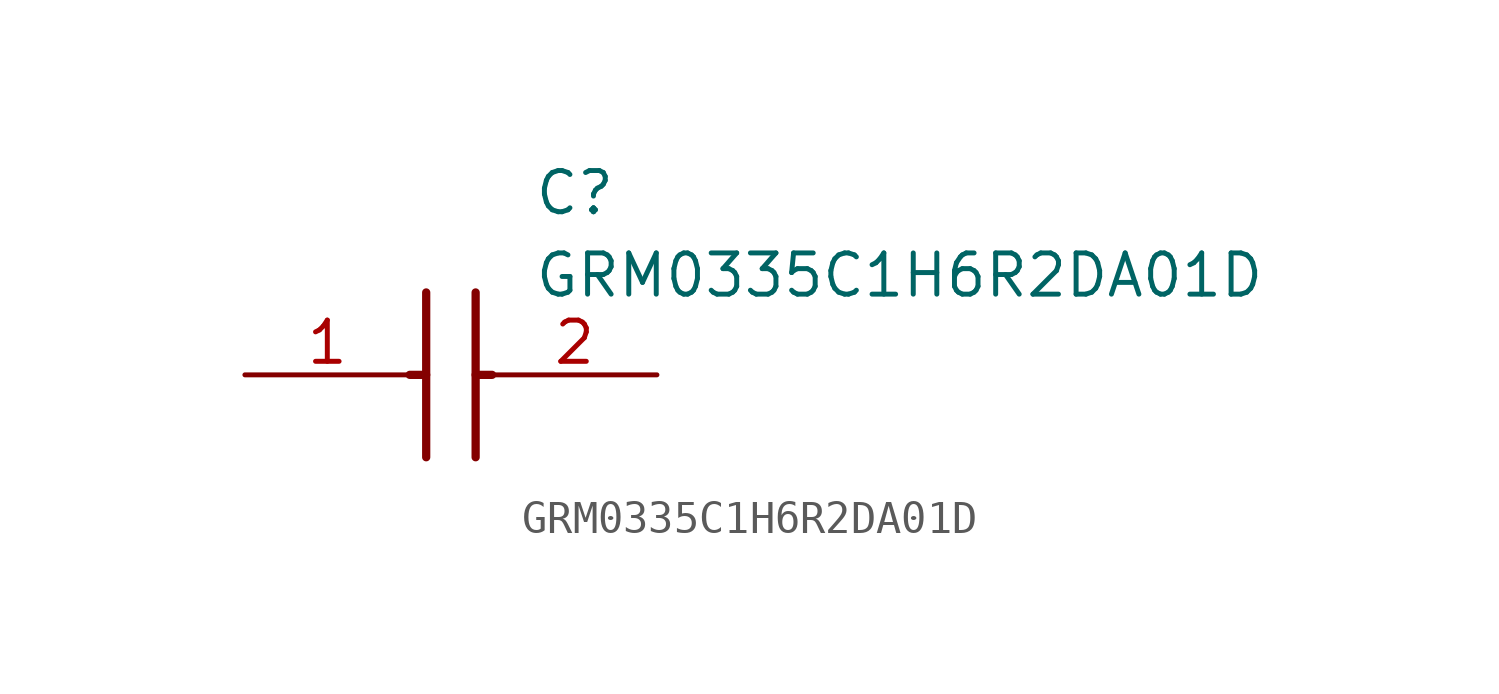
<source format=kicad_sym>
(kicad_symbol_lib
  (version 20211014)
  (generator SamacSys_ECAD_Model)
  (symbol "GRM0335C1H6R2DA01D"
    (pin_names hide)
    (property "Reference" "C"
      (at 8.89 6.35 0)
      (effects (font (size 1.27 1.27)) (justify left top)))
    (property "Value" "GRM0335C1H6R2DA01D"
      (at 8.89 3.81 0)
      (effects (font (size 1.27 1.27)) (justify left top)))
    (polyline
      (pts (xy 5.588 2.54) (xy 5.588 -2.54))
      (stroke (width 0.254) (type default))
      (fill (type none)))
    (polyline
      (pts (xy 7.112 2.54) (xy 7.112 -2.54))
      (stroke (width 0.254) (type default))
      (fill (type none)))
    (polyline
      (pts (xy 5.08 0) (xy 5.588 0))
      (stroke (width 0.254) (type default))
      (fill (type none)))
    (polyline
      (pts (xy 7.112 0) (xy 7.62 0))
      (stroke (width 0.254) (type default))
      (fill (type none)))
    (pin passive line
      (at 0 0 0)
      (length 5.08)
      (name "1" (effects (font (size 1.27 1.27))))
      (number "1" (effects (font (size 1.27 1.27)))))
    (pin passive line
      (at 12.7 0 180)
      (length 5.08)
      (name "2" (effects (font (size 1.27 1.27))))
      (number "2" (effects (font (size 1.27 1.27)))))))
</source>
